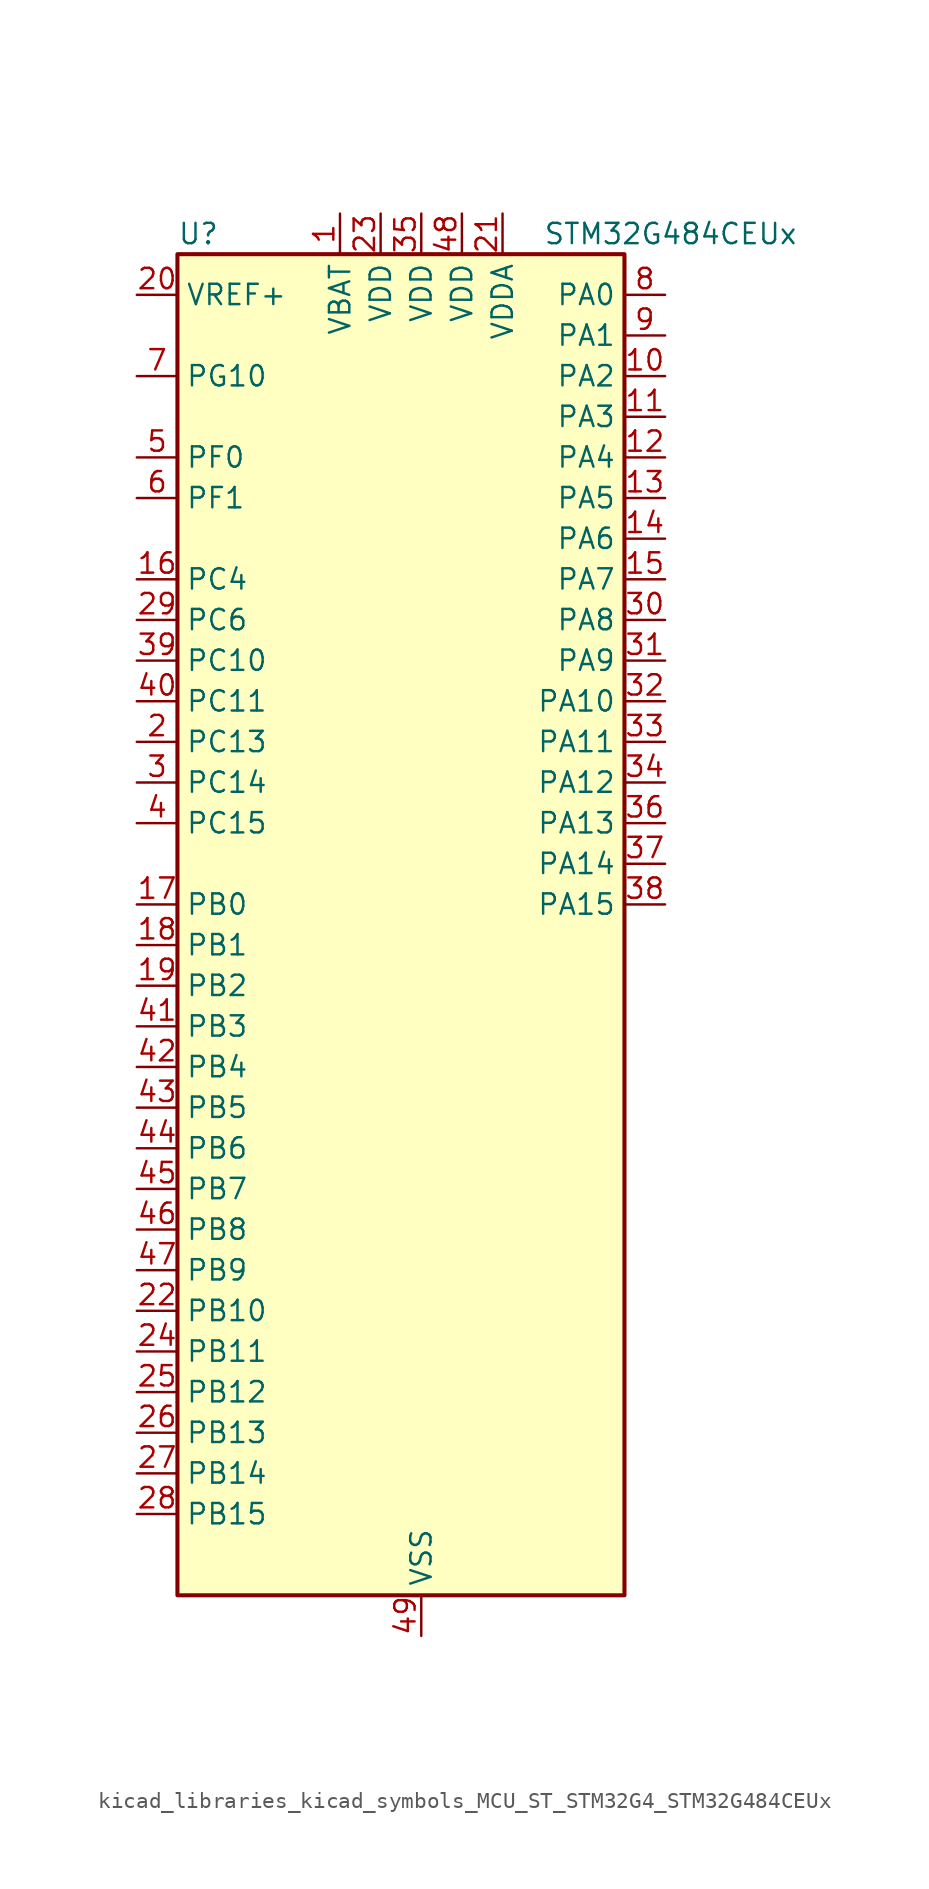
<source format=kicad_sym>
(kicad_symbol_lib
  (version 20220914)
  (generator kicad_symbol_editor)
  (symbol "kicad_libraries_kicad_symbols_MCU_ST_STM32G4_STM32G484CEUx"
    (property "Reference" "U"
      (at -12.7 44.45 0)
      (effects (font (size 1.27 1.27)) (justify left)))
    (property "Value" "STM32G484CEUx"
      (at 10.16 44.45 0)
      (effects (font (size 1.27 1.27)) (justify left)))
    (property "ki_locked" ""
      (at 0 0 0)
      (effects (font (size 1.27 1.27))))
    (symbol "kicad_libraries_kicad_symbols_MCU_ST_STM32G4_STM32G484CEUx_0_1"
      (rectangle (start -12.7 -40.64) (end 15.24 43.18) (stroke (width 0.254) (type default)) (fill (type background))))
    (symbol "kicad_libraries_kicad_symbols_MCU_ST_STM32G4_STM32G484CEUx_1_1"
      (pin power_in line (at -2.54 45.72 270) (length 2.54) (name "VBAT" (effects (font (size 1.27 1.27)))) (number "1" (effects (font (size 1.27 1.27)))))
      (pin bidirectional line (at 17.78 35.56 180) (length 2.54) (name "PA2" (effects (font (size 1.27 1.27)))) (number "10" (effects (font (size 1.27 1.27)))) (alternate "ADC1_IN3" bidirectional line) (alternate "ADC3_EXTI2" bidirectional line) (alternate "ADC4_EXTI2" bidirectional line) (alternate "ADC5_EXTI2" bidirectional line) (alternate "COMP2_INM" bidirectional line) (alternate "COMP2_OUT" bidirectional line) (alternate "LPUART1_TX" bidirectional line) (alternate "OPAMP1_VOUT" bidirectional line) (alternate "QUADSPI1_BK1_NCS" bidirectional line) (alternate "RCC_LSCO" bidirectional line) (alternate "SYS_WKUP4" bidirectional line) (alternate "TIM15_CH1" bidirectional line) (alternate "TIM2_CH3" bidirectional line) (alternate "TIM5_CH3" bidirectional line) (alternate "UCPD1_FRSTX1" bidirectional line) (alternate "UCPD1_FRSTX2" bidirectional line) (alternate "USART2_TX" bidirectional line))
      (pin bidirectional line (at 17.78 33.02 180) (length 2.54) (name "PA3" (effects (font (size 1.27 1.27)))) (number "11" (effects (font (size 1.27 1.27)))) (alternate "ADC1_IN4" bidirectional line) (alternate "ADC3_EXTI3" bidirectional line) (alternate "ADC4_EXTI3" bidirectional line) (alternate "ADC5_EXTI3" bidirectional line) (alternate "COMP2_INP" bidirectional line) (alternate "LPUART1_RX" bidirectional line) (alternate "OPAMP1_VINM" bidirectional line) (alternate "OPAMP1_VINM0" bidirectional line) (alternate "OPAMP1_VINM_SEC" bidirectional line) (alternate "OPAMP1_VINP" bidirectional line) (alternate "OPAMP1_VINP_SEC" bidirectional line) (alternate "OPAMP5_VINM" bidirectional line) (alternate "OPAMP5_VINM1" bidirectional line) (alternate "OPAMP5_VINM_SEC" bidirectional line) (alternate "QUADSPI1_CLK" bidirectional line) (alternate "SAI1_CK1" bidirectional line) (alternate "SAI1_MCLK_A" bidirectional line) (alternate "TIM15_CH2" bidirectional line) (alternate "TIM2_CH4" bidirectional line) (alternate "TIM5_CH4" bidirectional line) (alternate "USART2_RX" bidirectional line))
      (pin bidirectional line (at 17.78 30.48 180) (length 2.54) (name "PA4" (effects (font (size 1.27 1.27)))) (number "12" (effects (font (size 1.27 1.27)))) (alternate "ADC2_IN17" bidirectional line) (alternate "COMP1_INM" bidirectional line) (alternate "DAC1_OUT1" bidirectional line) (alternate "I2S3_WS" bidirectional line) (alternate "SAI1_FS_B" bidirectional line) (alternate "SPI1_NSS" bidirectional line) (alternate "SPI3_NSS" bidirectional line) (alternate "TIM3_CH2" bidirectional line) (alternate "USART2_CK" bidirectional line))
      (pin bidirectional line (at 17.78 27.94 180) (length 2.54) (name "PA5" (effects (font (size 1.27 1.27)))) (number "13" (effects (font (size 1.27 1.27)))) (alternate "ADC2_IN13" bidirectional line) (alternate "COMP2_INM" bidirectional line) (alternate "DAC1_OUT2" bidirectional line) (alternate "OPAMP2_VINM" bidirectional line) (alternate "OPAMP2_VINM0" bidirectional line) (alternate "OPAMP2_VINM_SEC" bidirectional line) (alternate "SPI1_SCK" bidirectional line) (alternate "TIM2_CH1" bidirectional line) (alternate "TIM2_ETR" bidirectional line) (alternate "UCPD1_FRSTX1" bidirectional line) (alternate "UCPD1_FRSTX2" bidirectional line))
      (pin bidirectional line (at 17.78 25.4 180) (length 2.54) (name "PA6" (effects (font (size 1.27 1.27)))) (number "14" (effects (font (size 1.27 1.27)))) (alternate "ADC2_IN3" bidirectional line) (alternate "COMP1_OUT" bidirectional line) (alternate "DAC2_OUT1" bidirectional line) (alternate "LPUART1_CTS" bidirectional line) (alternate "OPAMP2_VOUT" bidirectional line) (alternate "QUADSPI1_BK1_IO3" bidirectional line) (alternate "SPI1_MISO" bidirectional line) (alternate "TIM16_CH1" bidirectional line) (alternate "TIM1_BKIN" bidirectional line) (alternate "TIM3_CH1" bidirectional line) (alternate "TIM8_BKIN" bidirectional line))
      (pin bidirectional line (at 17.78 22.86 180) (length 2.54) (name "PA7" (effects (font (size 1.27 1.27)))) (number "15" (effects (font (size 1.27 1.27)))) (alternate "ADC2_IN4" bidirectional line) (alternate "COMP2_INP" bidirectional line) (alternate "COMP2_OUT" bidirectional line) (alternate "OPAMP1_VINP" bidirectional line) (alternate "OPAMP1_VINP_SEC" bidirectional line) (alternate "OPAMP2_VINP" bidirectional line) (alternate "OPAMP2_VINP_SEC" bidirectional line) (alternate "QUADSPI1_BK1_IO2" bidirectional line) (alternate "SPI1_MOSI" bidirectional line) (alternate "TIM17_CH1" bidirectional line) (alternate "TIM1_CH1N" bidirectional line) (alternate "TIM3_CH2" bidirectional line) (alternate "TIM8_CH1N" bidirectional line) (alternate "UCPD1_FRSTX1" bidirectional line) (alternate "UCPD1_FRSTX2" bidirectional line))
      (pin bidirectional line (at -15.24 22.86 0) (length 2.54) (name "PC4" (effects (font (size 1.27 1.27)))) (number "16" (effects (font (size 1.27 1.27)))) (alternate "ADC2_IN5" bidirectional line) (alternate "I2C2_SCL" bidirectional line) (alternate "QUADSPI1_BK2_IO3" bidirectional line) (alternate "TIM1_ETR" bidirectional line) (alternate "USART1_TX" bidirectional line))
      (pin bidirectional line (at -15.24 2.54 0) (length 2.54) (name "PB0" (effects (font (size 1.27 1.27)))) (number "17" (effects (font (size 1.27 1.27)))) (alternate "ADC1_IN15" bidirectional line) (alternate "ADC3_IN12" bidirectional line) (alternate "COMP4_INP" bidirectional line) (alternate "HRTIM1_FLT5" bidirectional line) (alternate "OPAMP2_VINP" bidirectional line) (alternate "OPAMP2_VINP_SEC" bidirectional line) (alternate "OPAMP3_VINP" bidirectional line) (alternate "OPAMP3_VINP_SEC" bidirectional line) (alternate "QUADSPI1_BK1_IO1" bidirectional line) (alternate "TIM1_CH2N" bidirectional line) (alternate "TIM3_CH3" bidirectional line) (alternate "TIM8_CH2N" bidirectional line) (alternate "UCPD1_FRSTX1" bidirectional line) (alternate "UCPD1_FRSTX2" bidirectional line))
      (pin bidirectional line (at -15.24 0 0) (length 2.54) (name "PB1" (effects (font (size 1.27 1.27)))) (number "18" (effects (font (size 1.27 1.27)))) (alternate "ADC1_IN12" bidirectional line) (alternate "ADC3_IN1" bidirectional line) (alternate "COMP1_INP" bidirectional line) (alternate "COMP4_OUT" bidirectional line) (alternate "HRTIM1_SCOUT" bidirectional line) (alternate "LPUART1_DE" bidirectional line) (alternate "LPUART1_RTS" bidirectional line) (alternate "OPAMP3_VOUT" bidirectional line) (alternate "OPAMP6_VINM" bidirectional line) (alternate "OPAMP6_VINM1" bidirectional line) (alternate "OPAMP6_VINM_SEC" bidirectional line) (alternate "QUADSPI1_BK1_IO0" bidirectional line) (alternate "TIM1_CH3N" bidirectional line) (alternate "TIM3_CH4" bidirectional line) (alternate "TIM8_CH3N" bidirectional line))
      (pin bidirectional line (at -15.24 -2.54 0) (length 2.54) (name "PB2" (effects (font (size 1.27 1.27)))) (number "19" (effects (font (size 1.27 1.27)))) (alternate "ADC2_IN12" bidirectional line) (alternate "ADC3_EXTI2" bidirectional line) (alternate "ADC4_EXTI2" bidirectional line) (alternate "ADC5_EXTI2" bidirectional line) (alternate "COMP4_INM" bidirectional line) (alternate "HRTIM1_SCIN" bidirectional line) (alternate "I2C3_SMBA" bidirectional line) (alternate "LPTIM1_OUT" bidirectional line) (alternate "OPAMP3_VINM" bidirectional line) (alternate "OPAMP3_VINM0" bidirectional line) (alternate "OPAMP3_VINM_SEC" bidirectional line) (alternate "QUADSPI1_BK2_IO1" bidirectional line) (alternate "RTC_OUT2" bidirectional line) (alternate "TIM20_CH1" bidirectional line) (alternate "TIM5_CH1" bidirectional line))
      (pin bidirectional line (at -15.24 12.7 0) (length 2.54) (name "PC13" (effects (font (size 1.27 1.27)))) (number "2" (effects (font (size 1.27 1.27)))) (alternate "RTC_OUT1" bidirectional line) (alternate "RTC_TAMP1" bidirectional line) (alternate "RTC_TS" bidirectional line) (alternate "SYS_WKUP2" bidirectional line) (alternate "TIM1_BKIN" bidirectional line) (alternate "TIM1_CH1N" bidirectional line) (alternate "TIM8_CH4N" bidirectional line))
      (pin input line (at -15.24 40.64 0) (length 2.54) (name "VREF+" (effects (font (size 1.27 1.27)))) (number "20" (effects (font (size 1.27 1.27)))) (alternate "VREFBUF_OUT" bidirectional line))
      (pin power_in line (at 7.62 45.72 270) (length 2.54) (name "VDDA" (effects (font (size 1.27 1.27)))) (number "21" (effects (font (size 1.27 1.27)))))
      (pin bidirectional line (at -15.24 -22.86 0) (length 2.54) (name "PB10" (effects (font (size 1.27 1.27)))) (number "22" (effects (font (size 1.27 1.27)))) (alternate "COMP5_INM" bidirectional line) (alternate "DAC1_EXTI10" bidirectional line) (alternate "DAC2_EXTI10" bidirectional line) (alternate "DAC3_EXTI10" bidirectional line) (alternate "DAC4_EXTI10" bidirectional line) (alternate "HRTIM1_FLT3" bidirectional line) (alternate "LPUART1_RX" bidirectional line) (alternate "OPAMP3_VINM" bidirectional line) (alternate "OPAMP3_VINM1" bidirectional line) (alternate "OPAMP3_VINM_SEC" bidirectional line) (alternate "OPAMP4_VINM" bidirectional line) (alternate "OPAMP4_VINM0" bidirectional line) (alternate "OPAMP4_VINM_SEC" bidirectional line) (alternate "QUADSPI1_CLK" bidirectional line) (alternate "SAI1_SCK_A" bidirectional line) (alternate "TIM1_BKIN" bidirectional line) (alternate "TIM2_CH3" bidirectional line) (alternate "USART3_TX" bidirectional line))
      (pin power_in line (at 0 45.72 270) (length 2.54) (name "VDD" (effects (font (size 1.27 1.27)))) (number "23" (effects (font (size 1.27 1.27)))))
      (pin bidirectional line (at -15.24 -25.4 0) (length 2.54) (name "PB11" (effects (font (size 1.27 1.27)))) (number "24" (effects (font (size 1.27 1.27)))) (alternate "ADC1_EXTI11" bidirectional line) (alternate "ADC1_IN14" bidirectional line) (alternate "ADC2_EXTI11" bidirectional line) (alternate "ADC2_IN14" bidirectional line) (alternate "COMP6_INP" bidirectional line) (alternate "HRTIM1_FLT4" bidirectional line) (alternate "LPUART1_TX" bidirectional line) (alternate "OPAMP4_VINP" bidirectional line) (alternate "OPAMP4_VINP_SEC" bidirectional line) (alternate "OPAMP6_VOUT" bidirectional line) (alternate "QUADSPI1_BK1_NCS" bidirectional line) (alternate "TIM2_CH4" bidirectional line) (alternate "USART3_RX" bidirectional line))
      (pin bidirectional line (at -15.24 -27.94 0) (length 2.54) (name "PB12" (effects (font (size 1.27 1.27)))) (number "25" (effects (font (size 1.27 1.27)))) (alternate "ADC1_IN11" bidirectional line) (alternate "ADC4_IN3" bidirectional line) (alternate "COMP7_INM" bidirectional line) (alternate "FDCAN2_RX" bidirectional line) (alternate "HRTIM1_CHC1" bidirectional line) (alternate "I2C2_SMBA" bidirectional line) (alternate "I2S2_WS" bidirectional line) (alternate "LPUART1_DE" bidirectional line) (alternate "LPUART1_RTS" bidirectional line) (alternate "OPAMP4_VOUT" bidirectional line) (alternate "OPAMP6_VINP" bidirectional line) (alternate "OPAMP6_VINP_SEC" bidirectional line) (alternate "SPI2_NSS" bidirectional line) (alternate "TIM1_BKIN" bidirectional line) (alternate "TIM5_ETR" bidirectional line) (alternate "USART3_CK" bidirectional line))
      (pin bidirectional line (at -15.24 -30.48 0) (length 2.54) (name "PB13" (effects (font (size 1.27 1.27)))) (number "26" (effects (font (size 1.27 1.27)))) (alternate "ADC3_IN5" bidirectional line) (alternate "COMP5_INP" bidirectional line) (alternate "FDCAN2_TX" bidirectional line) (alternate "HRTIM1_CHC2" bidirectional line) (alternate "I2S2_CK" bidirectional line) (alternate "LPUART1_CTS" bidirectional line) (alternate "OPAMP3_VINP" bidirectional line) (alternate "OPAMP3_VINP_SEC" bidirectional line) (alternate "OPAMP4_VINP" bidirectional line) (alternate "OPAMP4_VINP_SEC" bidirectional line) (alternate "OPAMP6_VINP" bidirectional line) (alternate "OPAMP6_VINP_SEC" bidirectional line) (alternate "SPI2_SCK" bidirectional line) (alternate "TIM1_CH1N" bidirectional line) (alternate "USART3_CTS" bidirectional line) (alternate "USART3_NSS" bidirectional line))
      (pin bidirectional line (at -15.24 -33.02 0) (length 2.54) (name "PB14" (effects (font (size 1.27 1.27)))) (number "27" (effects (font (size 1.27 1.27)))) (alternate "ADC1_IN5" bidirectional line) (alternate "ADC4_IN4" bidirectional line) (alternate "COMP4_OUT" bidirectional line) (alternate "COMP7_INP" bidirectional line) (alternate "HRTIM1_CHD1" bidirectional line) (alternate "OPAMP2_VINP" bidirectional line) (alternate "OPAMP2_VINP_SEC" bidirectional line) (alternate "OPAMP5_VINP" bidirectional line) (alternate "OPAMP5_VINP_SEC" bidirectional line) (alternate "SPI2_MISO" bidirectional line) (alternate "TIM15_CH1" bidirectional line) (alternate "TIM1_CH2N" bidirectional line) (alternate "USART3_DE" bidirectional line) (alternate "USART3_RTS" bidirectional line))
      (pin bidirectional line (at -15.24 -35.56 0) (length 2.54) (name "PB15" (effects (font (size 1.27 1.27)))) (number "28" (effects (font (size 1.27 1.27)))) (alternate "ADC1_EXTI15" bidirectional line) (alternate "ADC2_EXTI15" bidirectional line) (alternate "ADC2_IN15" bidirectional line) (alternate "ADC4_IN5" bidirectional line) (alternate "COMP3_OUT" bidirectional line) (alternate "COMP6_INM" bidirectional line) (alternate "HRTIM1_CHD2" bidirectional line) (alternate "I2S2_SD" bidirectional line) (alternate "OPAMP5_VINM" bidirectional line) (alternate "OPAMP5_VINM0" bidirectional line) (alternate "OPAMP5_VINM_SEC" bidirectional line) (alternate "RTC_REFIN" bidirectional line) (alternate "SPI2_MOSI" bidirectional line) (alternate "TIM15_CH1N" bidirectional line) (alternate "TIM15_CH2" bidirectional line) (alternate "TIM1_CH3N" bidirectional line))
      (pin bidirectional line (at -15.24 20.32 0) (length 2.54) (name "PC6" (effects (font (size 1.27 1.27)))) (number "29" (effects (font (size 1.27 1.27)))) (alternate "COMP6_OUT" bidirectional line) (alternate "HRTIM1_CHF1" bidirectional line) (alternate "HRTIM1_EEV10" bidirectional line) (alternate "I2C4_SCL" bidirectional line) (alternate "I2S2_MCK" bidirectional line) (alternate "TIM3_CH1" bidirectional line) (alternate "TIM8_CH1" bidirectional line))
      (pin bidirectional line (at -15.24 10.16 0) (length 2.54) (name "PC14" (effects (font (size 1.27 1.27)))) (number "3" (effects (font (size 1.27 1.27)))) (alternate "RCC_OSC32_IN" bidirectional line))
      (pin bidirectional line (at 17.78 20.32 180) (length 2.54) (name "PA8" (effects (font (size 1.27 1.27)))) (number "30" (effects (font (size 1.27 1.27)))) (alternate "ADC5_IN1" bidirectional line) (alternate "COMP7_OUT" bidirectional line) (alternate "FDCAN3_RX" bidirectional line) (alternate "HRTIM1_CHA1" bidirectional line) (alternate "I2C2_SDA" bidirectional line) (alternate "I2C3_SCL" bidirectional line) (alternate "I2S2_MCK" bidirectional line) (alternate "OPAMP5_VOUT" bidirectional line) (alternate "RCC_MCO" bidirectional line) (alternate "SAI1_CK2" bidirectional line) (alternate "SAI1_SCK_A" bidirectional line) (alternate "TIM1_CH1" bidirectional line) (alternate "TIM4_ETR" bidirectional line) (alternate "USART1_CK" bidirectional line))
      (pin bidirectional line (at 17.78 17.78 180) (length 2.54) (name "PA9" (effects (font (size 1.27 1.27)))) (number "31" (effects (font (size 1.27 1.27)))) (alternate "ADC5_IN2" bidirectional line) (alternate "COMP5_OUT" bidirectional line) (alternate "DAC1_EXTI9" bidirectional line) (alternate "DAC2_EXTI9" bidirectional line) (alternate "DAC3_EXTI9" bidirectional line) (alternate "DAC4_EXTI9" bidirectional line) (alternate "HRTIM1_CHA2" bidirectional line) (alternate "I2C2_SCL" bidirectional line) (alternate "I2C3_SMBA" bidirectional line) (alternate "I2S3_MCK" bidirectional line) (alternate "SAI1_FS_A" bidirectional line) (alternate "TIM15_BKIN" bidirectional line) (alternate "TIM1_CH2" bidirectional line) (alternate "TIM2_CH3" bidirectional line) (alternate "UCPD1_DBCC1" bidirectional line) (alternate "USART1_TX" bidirectional line))
      (pin bidirectional line (at 17.78 15.24 180) (length 2.54) (name "PA10" (effects (font (size 1.27 1.27)))) (number "32" (effects (font (size 1.27 1.27)))) (alternate "COMP6_OUT" bidirectional line) (alternate "CRS_SYNC" bidirectional line) (alternate "DAC1_EXTI10" bidirectional line) (alternate "DAC2_EXTI10" bidirectional line) (alternate "DAC3_EXTI10" bidirectional line) (alternate "DAC4_EXTI10" bidirectional line) (alternate "HRTIM1_CHB1" bidirectional line) (alternate "I2C2_SMBA" bidirectional line) (alternate "SAI1_D1" bidirectional line) (alternate "SAI1_SD_A" bidirectional line) (alternate "SPI2_MISO" bidirectional line) (alternate "TIM17_BKIN" bidirectional line) (alternate "TIM1_CH3" bidirectional line) (alternate "TIM2_CH4" bidirectional line) (alternate "TIM8_BKIN" bidirectional line) (alternate "UCPD1_DBCC2" bidirectional line) (alternate "USART1_RX" bidirectional line))
      (pin bidirectional line (at 17.78 12.7 180) (length 2.54) (name "PA11" (effects (font (size 1.27 1.27)))) (number "33" (effects (font (size 1.27 1.27)))) (alternate "ADC1_EXTI11" bidirectional line) (alternate "ADC2_EXTI11" bidirectional line) (alternate "COMP1_OUT" bidirectional line) (alternate "FDCAN1_RX" bidirectional line) (alternate "HRTIM1_CHB2" bidirectional line) (alternate "I2S2_SD" bidirectional line) (alternate "SPI2_MOSI" bidirectional line) (alternate "TIM1_BKIN2" bidirectional line) (alternate "TIM1_CH1N" bidirectional line) (alternate "TIM1_CH4" bidirectional line) (alternate "TIM4_CH1" bidirectional line) (alternate "USART1_CTS" bidirectional line) (alternate "USART1_NSS" bidirectional line) (alternate "USB_DM" bidirectional line))
      (pin bidirectional line (at 17.78 10.16 180) (length 2.54) (name "PA12" (effects (font (size 1.27 1.27)))) (number "34" (effects (font (size 1.27 1.27)))) (alternate "COMP2_OUT" bidirectional line) (alternate "FDCAN1_TX" bidirectional line) (alternate "HRTIM1_FLT1" bidirectional line) (alternate "I2S_CKIN" bidirectional line) (alternate "TIM16_CH1" bidirectional line) (alternate "TIM1_CH2N" bidirectional line) (alternate "TIM1_ETR" bidirectional line) (alternate "TIM4_CH2" bidirectional line) (alternate "USART1_DE" bidirectional line) (alternate "USART1_RTS" bidirectional line) (alternate "USB_DP" bidirectional line))
      (pin power_in line (at 2.54 45.72 270) (length 2.54) (name "VDD" (effects (font (size 1.27 1.27)))) (number "35" (effects (font (size 1.27 1.27)))))
      (pin bidirectional line (at 17.78 7.62 180) (length 2.54) (name "PA13" (effects (font (size 1.27 1.27)))) (number "36" (effects (font (size 1.27 1.27)))) (alternate "I2C1_SCL" bidirectional line) (alternate "I2C4_SCL" bidirectional line) (alternate "IR_OUT" bidirectional line) (alternate "SAI1_SD_B" bidirectional line) (alternate "SYS_JTMS-SWDIO" bidirectional line) (alternate "TIM16_CH1N" bidirectional line) (alternate "TIM4_CH3" bidirectional line) (alternate "USART3_CTS" bidirectional line) (alternate "USART3_NSS" bidirectional line))
      (pin bidirectional line (at 17.78 5.08 180) (length 2.54) (name "PA14" (effects (font (size 1.27 1.27)))) (number "37" (effects (font (size 1.27 1.27)))) (alternate "I2C1_SDA" bidirectional line) (alternate "I2C4_SMBA" bidirectional line) (alternate "LPTIM1_OUT" bidirectional line) (alternate "SAI1_FS_B" bidirectional line) (alternate "SYS_JTCK-SWCLK" bidirectional line) (alternate "TIM1_BKIN" bidirectional line) (alternate "TIM8_CH2" bidirectional line) (alternate "USART2_TX" bidirectional line))
      (pin bidirectional line (at 17.78 2.54 180) (length 2.54) (name "PA15" (effects (font (size 1.27 1.27)))) (number "38" (effects (font (size 1.27 1.27)))) (alternate "ADC1_EXTI15" bidirectional line) (alternate "ADC2_EXTI15" bidirectional line) (alternate "FDCAN3_TX" bidirectional line) (alternate "HRTIM1_FLT2" bidirectional line) (alternate "I2C1_SCL" bidirectional line) (alternate "I2S3_WS" bidirectional line) (alternate "SPI1_NSS" bidirectional line) (alternate "SPI3_NSS" bidirectional line) (alternate "SYS_JTDI" bidirectional line) (alternate "TIM1_BKIN" bidirectional line) (alternate "TIM2_CH1" bidirectional line) (alternate "TIM2_ETR" bidirectional line) (alternate "TIM8_CH1" bidirectional line) (alternate "UART4_DE" bidirectional line) (alternate "UART4_RTS" bidirectional line) (alternate "USART2_RX" bidirectional line))
      (pin bidirectional line (at -15.24 17.78 0) (length 2.54) (name "PC10" (effects (font (size 1.27 1.27)))) (number "39" (effects (font (size 1.27 1.27)))) (alternate "DAC1_EXTI10" bidirectional line) (alternate "DAC2_EXTI10" bidirectional line) (alternate "DAC3_EXTI10" bidirectional line) (alternate "DAC4_EXTI10" bidirectional line) (alternate "HRTIM1_FLT6" bidirectional line) (alternate "I2S3_CK" bidirectional line) (alternate "SPI3_SCK" bidirectional line) (alternate "TIM8_CH1N" bidirectional line) (alternate "UART4_TX" bidirectional line) (alternate "USART3_TX" bidirectional line))
      (pin bidirectional line (at -15.24 7.62 0) (length 2.54) (name "PC15" (effects (font (size 1.27 1.27)))) (number "4" (effects (font (size 1.27 1.27)))) (alternate "ADC1_EXTI15" bidirectional line) (alternate "ADC2_EXTI15" bidirectional line) (alternate "RCC_OSC32_OUT" bidirectional line))
      (pin bidirectional line (at -15.24 15.24 0) (length 2.54) (name "PC11" (effects (font (size 1.27 1.27)))) (number "40" (effects (font (size 1.27 1.27)))) (alternate "ADC1_EXTI11" bidirectional line) (alternate "ADC2_EXTI11" bidirectional line) (alternate "HRTIM1_EEV2" bidirectional line) (alternate "I2C3_SDA" bidirectional line) (alternate "SPI3_MISO" bidirectional line) (alternate "TIM8_CH2N" bidirectional line) (alternate "UART4_RX" bidirectional line) (alternate "USART3_RX" bidirectional line))
      (pin bidirectional line (at -15.24 -5.08 0) (length 2.54) (name "PB3" (effects (font (size 1.27 1.27)))) (number "41" (effects (font (size 1.27 1.27)))) (alternate "ADC3_EXTI3" bidirectional line) (alternate "ADC4_EXTI3" bidirectional line) (alternate "ADC5_EXTI3" bidirectional line) (alternate "CRS_SYNC" bidirectional line) (alternate "FDCAN3_RX" bidirectional line) (alternate "HRTIM1_EEV9" bidirectional line) (alternate "HRTIM1_SCOUT" bidirectional line) (alternate "I2S3_CK" bidirectional line) (alternate "SAI1_SCK_B" bidirectional line) (alternate "SPI1_SCK" bidirectional line) (alternate "SPI3_SCK" bidirectional line) (alternate "SYS_JTDO-SWO" bidirectional line) (alternate "TIM2_CH2" bidirectional line) (alternate "TIM3_ETR" bidirectional line) (alternate "TIM4_ETR" bidirectional line) (alternate "TIM8_CH1N" bidirectional line) (alternate "USART2_TX" bidirectional line))
      (pin bidirectional line (at -15.24 -7.62 0) (length 2.54) (name "PB4" (effects (font (size 1.27 1.27)))) (number "42" (effects (font (size 1.27 1.27)))) (alternate "FDCAN3_TX" bidirectional line) (alternate "HRTIM1_EEV7" bidirectional line) (alternate "SAI1_MCLK_B" bidirectional line) (alternate "SPI1_MISO" bidirectional line) (alternate "SPI3_MISO" bidirectional line) (alternate "SYS_JTRST" bidirectional line) (alternate "TIM16_CH1" bidirectional line) (alternate "TIM17_BKIN" bidirectional line) (alternate "TIM3_CH1" bidirectional line) (alternate "TIM8_CH2N" bidirectional line) (alternate "UCPD1_CC2" bidirectional line) (alternate "USART2_RX" bidirectional line))
      (pin bidirectional line (at -15.24 -10.16 0) (length 2.54) (name "PB5" (effects (font (size 1.27 1.27)))) (number "43" (effects (font (size 1.27 1.27)))) (alternate "FDCAN2_RX" bidirectional line) (alternate "HRTIM1_EEV6" bidirectional line) (alternate "I2C1_SMBA" bidirectional line) (alternate "I2C3_SDA" bidirectional line) (alternate "I2S3_SD" bidirectional line) (alternate "LPTIM1_IN1" bidirectional line) (alternate "SAI1_SD_B" bidirectional line) (alternate "SPI1_MOSI" bidirectional line) (alternate "SPI3_MOSI" bidirectional line) (alternate "TIM16_BKIN" bidirectional line) (alternate "TIM17_CH1" bidirectional line) (alternate "TIM3_CH2" bidirectional line) (alternate "TIM8_CH3N" bidirectional line) (alternate "USART2_CK" bidirectional line))
      (pin bidirectional line (at -15.24 -12.7 0) (length 2.54) (name "PB6" (effects (font (size 1.27 1.27)))) (number "44" (effects (font (size 1.27 1.27)))) (alternate "COMP4_OUT" bidirectional line) (alternate "FDCAN2_TX" bidirectional line) (alternate "HRTIM1_EEV4" bidirectional line) (alternate "HRTIM1_SCIN" bidirectional line) (alternate "LPTIM1_ETR" bidirectional line) (alternate "SAI1_FS_B" bidirectional line) (alternate "TIM16_CH1N" bidirectional line) (alternate "TIM4_CH1" bidirectional line) (alternate "TIM8_BKIN2" bidirectional line) (alternate "TIM8_CH1" bidirectional line) (alternate "TIM8_ETR" bidirectional line) (alternate "UCPD1_CC1" bidirectional line) (alternate "USART1_TX" bidirectional line))
      (pin bidirectional line (at -15.24 -15.24 0) (length 2.54) (name "PB7" (effects (font (size 1.27 1.27)))) (number "45" (effects (font (size 1.27 1.27)))) (alternate "COMP3_OUT" bidirectional line) (alternate "HRTIM1_EEV3" bidirectional line) (alternate "I2C1_SDA" bidirectional line) (alternate "I2C4_SDA" bidirectional line) (alternate "LPTIM1_IN2" bidirectional line) (alternate "SYS_PVD_IN" bidirectional line) (alternate "TIM17_CH1N" bidirectional line) (alternate "TIM3_CH4" bidirectional line) (alternate "TIM4_CH2" bidirectional line) (alternate "TIM8_BKIN" bidirectional line) (alternate "UART4_CTS" bidirectional line) (alternate "USART1_RX" bidirectional line))
      (pin bidirectional line (at -15.24 -17.78 0) (length 2.54) (name "PB8" (effects (font (size 1.27 1.27)))) (number "46" (effects (font (size 1.27 1.27)))) (alternate "COMP1_OUT" bidirectional line) (alternate "FDCAN1_RX" bidirectional line) (alternate "HRTIM1_EEV8" bidirectional line) (alternate "I2C1_SCL" bidirectional line) (alternate "SAI1_CK1" bidirectional line) (alternate "SAI1_MCLK_A" bidirectional line) (alternate "TIM16_CH1" bidirectional line) (alternate "TIM1_BKIN" bidirectional line) (alternate "TIM4_CH3" bidirectional line) (alternate "TIM8_CH2" bidirectional line) (alternate "USART3_RX" bidirectional line))
      (pin bidirectional line (at -15.24 -20.32 0) (length 2.54) (name "PB9" (effects (font (size 1.27 1.27)))) (number "47" (effects (font (size 1.27 1.27)))) (alternate "COMP2_OUT" bidirectional line) (alternate "DAC1_EXTI9" bidirectional line) (alternate "DAC2_EXTI9" bidirectional line) (alternate "DAC3_EXTI9" bidirectional line) (alternate "DAC4_EXTI9" bidirectional line) (alternate "FDCAN1_TX" bidirectional line) (alternate "HRTIM1_EEV5" bidirectional line) (alternate "I2C1_SDA" bidirectional line) (alternate "IR_OUT" bidirectional line) (alternate "SAI1_D2" bidirectional line) (alternate "SAI1_FS_A" bidirectional line) (alternate "TIM17_CH1" bidirectional line) (alternate "TIM1_CH3N" bidirectional line) (alternate "TIM4_CH4" bidirectional line) (alternate "TIM8_CH3" bidirectional line) (alternate "USART3_TX" bidirectional line))
      (pin power_in line (at 5.08 45.72 270) (length 2.54) (name "VDD" (effects (font (size 1.27 1.27)))) (number "48" (effects (font (size 1.27 1.27)))))
      (pin power_in line (at 2.54 -43.18 90) (length 2.54) (name "VSS" (effects (font (size 1.27 1.27)))) (number "49" (effects (font (size 1.27 1.27)))))
      (pin bidirectional line (at -15.24 30.48 0) (length 2.54) (name "PF0" (effects (font (size 1.27 1.27)))) (number "5" (effects (font (size 1.27 1.27)))) (alternate "ADC1_IN10" bidirectional line) (alternate "I2C2_SDA" bidirectional line) (alternate "I2S2_WS" bidirectional line) (alternate "RCC_OSC_IN" bidirectional line) (alternate "SPI2_NSS" bidirectional line) (alternate "TIM1_CH3N" bidirectional line))
      (pin bidirectional line (at -15.24 27.94 0) (length 2.54) (name "PF1" (effects (font (size 1.27 1.27)))) (number "6" (effects (font (size 1.27 1.27)))) (alternate "ADC2_IN10" bidirectional line) (alternate "COMP3_INM" bidirectional line) (alternate "I2S2_CK" bidirectional line) (alternate "RCC_OSC_OUT" bidirectional line) (alternate "SPI2_SCK" bidirectional line))
      (pin bidirectional line (at -15.24 35.56 0) (length 2.54) (name "PG10" (effects (font (size 1.27 1.27)))) (number "7" (effects (font (size 1.27 1.27)))) (alternate "DAC1_EXTI10" bidirectional line) (alternate "DAC2_EXTI10" bidirectional line) (alternate "DAC3_EXTI10" bidirectional line) (alternate "DAC4_EXTI10" bidirectional line) (alternate "RCC_MCO" bidirectional line))
      (pin bidirectional line (at 17.78 40.64 180) (length 2.54) (name "PA0" (effects (font (size 1.27 1.27)))) (number "8" (effects (font (size 1.27 1.27)))) (alternate "ADC1_IN1" bidirectional line) (alternate "ADC2_IN1" bidirectional line) (alternate "COMP1_INM" bidirectional line) (alternate "COMP1_OUT" bidirectional line) (alternate "COMP3_INP" bidirectional line) (alternate "RTC_TAMP2" bidirectional line) (alternate "SYS_WKUP1" bidirectional line) (alternate "TIM2_CH1" bidirectional line) (alternate "TIM2_ETR" bidirectional line) (alternate "TIM5_CH1" bidirectional line) (alternate "TIM8_BKIN" bidirectional line) (alternate "TIM8_ETR" bidirectional line) (alternate "USART2_CTS" bidirectional line) (alternate "USART2_NSS" bidirectional line))
      (pin bidirectional line (at 17.78 38.1 180) (length 2.54) (name "PA1" (effects (font (size 1.27 1.27)))) (number "9" (effects (font (size 1.27 1.27)))) (alternate "ADC1_IN2" bidirectional line) (alternate "ADC2_IN2" bidirectional line) (alternate "COMP1_INP" bidirectional line) (alternate "OPAMP1_VINP" bidirectional line) (alternate "OPAMP1_VINP_SEC" bidirectional line) (alternate "OPAMP3_VINP" bidirectional line) (alternate "OPAMP3_VINP_SEC" bidirectional line) (alternate "OPAMP6_VINM" bidirectional line) (alternate "OPAMP6_VINM0" bidirectional line) (alternate "OPAMP6_VINM_SEC" bidirectional line) (alternate "RTC_REFIN" bidirectional line) (alternate "TIM15_CH1N" bidirectional line) (alternate "TIM2_CH2" bidirectional line) (alternate "TIM5_CH2" bidirectional line) (alternate "USART2_DE" bidirectional line) (alternate "USART2_RTS" bidirectional line)))))
</source>
